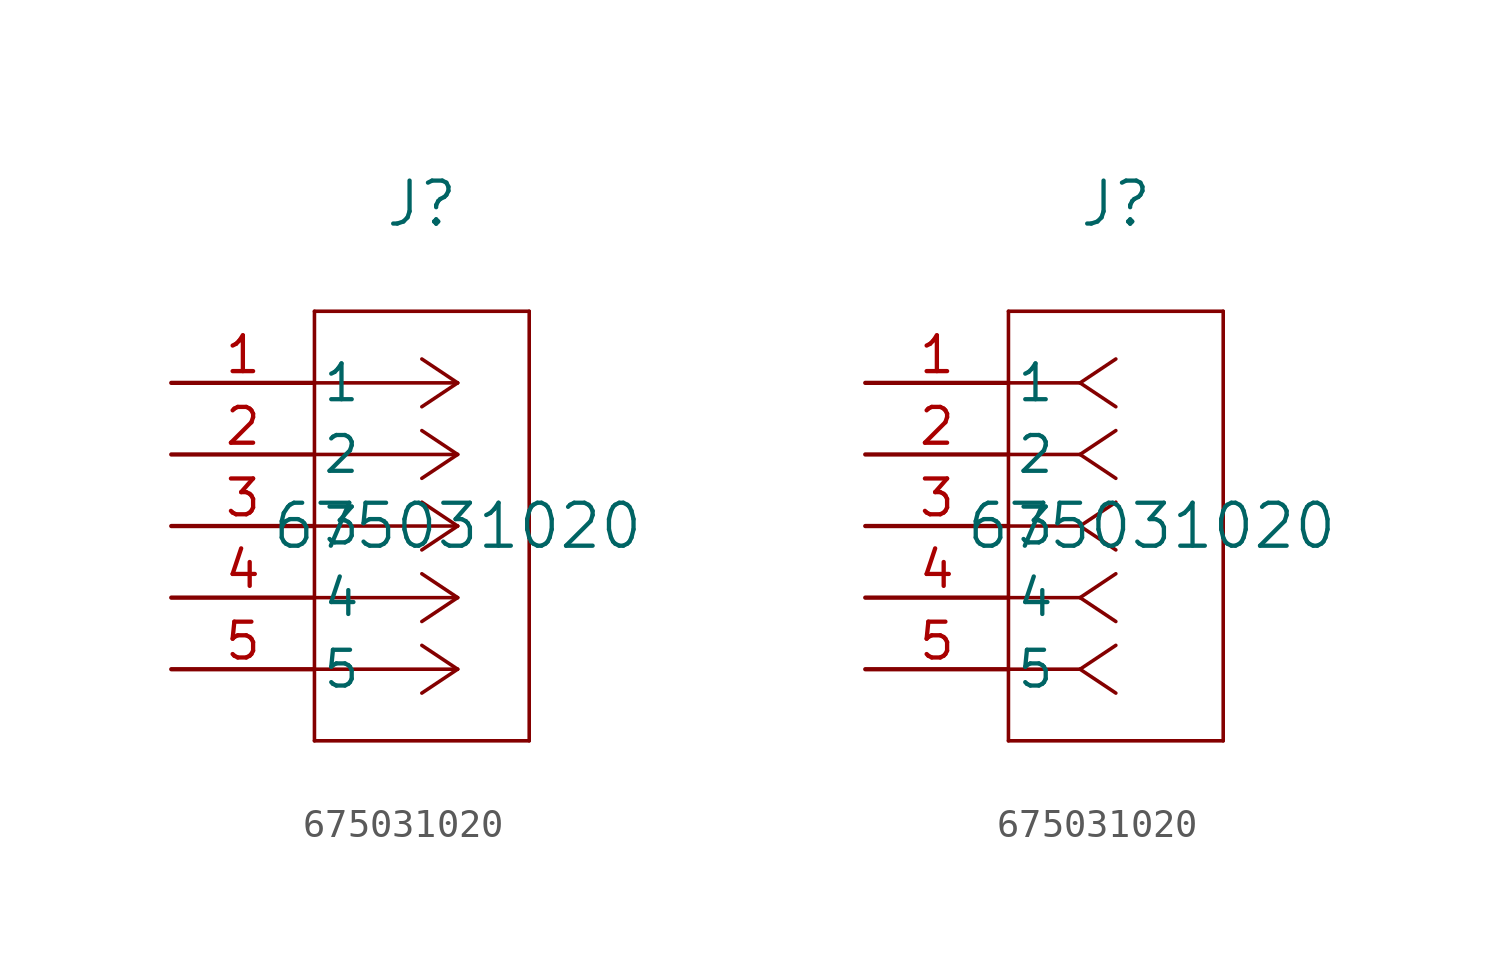
<source format=kicad_sym>
(kicad_symbol_lib
  (version 20211014)
  (generator kicad_symbol_editor)
  (symbol "675031020"
    (pin_names
      (offset 0.254))
    (property "Reference" "J"
      (at -1.27 11.43 0)
      (effects (font (size 1.524 1.524))))
    (property "Value" "675031020"
      (at 0 0 0)
      (effects (font (size 1.524 1.524))))
    (symbol "675031020_1_1"
      (polyline (pts (xy 0 5.08) (xy -5.08 5.08)) (stroke (width 0.127) (type default) (color 0 0 0 0)) (fill (type none)))
      (polyline (pts (xy 0 2.54) (xy -5.08 2.54)) (stroke (width 0.127) (type default) (color 0 0 0 0)) (fill (type none)))
      (polyline (pts (xy 0 0) (xy -5.08 0)) (stroke (width 0.127) (type default) (color 0 0 0 0)) (fill (type none)))
      (polyline (pts (xy 0 -2.54) (xy -5.08 -2.54)) (stroke (width 0.127) (type default) (color 0 0 0 0)) (fill (type none)))
      (polyline (pts (xy 0 -5.08) (xy -5.08 -5.08)) (stroke (width 0.127) (type default) (color 0 0 0 0)) (fill (type none)))
      (polyline (pts (xy 0 5.08) (xy -1.27 5.927)) (stroke (width 0.127) (type default) (color 0 0 0 0)) (fill (type none)))
      (polyline (pts (xy 0 2.54) (xy -1.27 3.387)) (stroke (width 0.127) (type default) (color 0 0 0 0)) (fill (type none)))
      (polyline (pts (xy 0 0) (xy -1.27 0.847)) (stroke (width 0.127) (type default) (color 0 0 0 0)) (fill (type none)))
      (polyline (pts (xy 0 -2.54) (xy -1.27 -1.693)) (stroke (width 0.127) (type default) (color 0 0 0 0)) (fill (type none)))
      (polyline (pts (xy 0 -5.08) (xy -1.27 -4.233)) (stroke (width 0.127) (type default) (color 0 0 0 0)) (fill (type none)))
      (polyline (pts (xy 0 5.08) (xy -1.27 4.233)) (stroke (width 0.127) (type default) (color 0 0 0 0)) (fill (type none)))
      (polyline (pts (xy 0 2.54) (xy -1.27 1.693)) (stroke (width 0.127) (type default) (color 0 0 0 0)) (fill (type none)))
      (polyline (pts (xy 0 0) (xy -1.27 -0.847)) (stroke (width 0.127) (type default) (color 0 0 0 0)) (fill (type none)))
      (polyline (pts (xy 0 -2.54) (xy -1.27 -3.387)) (stroke (width 0.127) (type default) (color 0 0 0 0)) (fill (type none)))
      (polyline (pts (xy 0 -5.08) (xy -1.27 -5.927)) (stroke (width 0.127) (type default) (color 0 0 0 0)) (fill (type none)))
      (polyline (pts (xy -5.08 7.62) (xy -5.08 -7.62)) (stroke (width 0.127) (type default) (color 0 0 0 0)) (fill (type none)))
      (polyline (pts (xy -5.08 -7.62) (xy 2.54 -7.62)) (stroke (width 0.127) (type default) (color 0 0 0 0)) (fill (type none)))
      (polyline (pts (xy 2.54 -7.62) (xy 2.54 7.62)) (stroke (width 0.127) (type default) (color 0 0 0 0)) (fill (type none)))
      (polyline (pts (xy 2.54 7.62) (xy -5.08 7.62)) (stroke (width 0.127) (type default) (color 0 0 0 0)) (fill (type none)))
      (pin unspecified line (at -10.16 5.08 0) (length 5.08) (name "1" (effects (font (size 1.27 1.27)))) (number "1" (effects (font (size 1.27 1.27)))))
      (pin unspecified line (at -10.16 2.54 0) (length 5.08) (name "2" (effects (font (size 1.27 1.27)))) (number "2" (effects (font (size 1.27 1.27)))))
      (pin unspecified line (at -10.16 0 0) (length 5.08) (name "3" (effects (font (size 1.27 1.27)))) (number "3" (effects (font (size 1.27 1.27)))))
      (pin unspecified line (at -10.16 -2.54 0) (length 5.08) (name "4" (effects (font (size 1.27 1.27)))) (number "4" (effects (font (size 1.27 1.27)))))
      (pin power_out line (at -10.16 -5.08 0) (length 5.08) (name "5" (effects (font (size 1.27 1.27)))) (number "5" (effects (font (size 1.27 1.27))))))
    (symbol "675031020_1_2"
      (polyline (pts (xy -2.54 5.08) (xy -5.08 5.08)) (stroke (width 0.127) (type default) (color 0 0 0 0)) (fill (type none)))
      (polyline (pts (xy -2.54 2.54) (xy -5.08 2.54)) (stroke (width 0.127) (type default) (color 0 0 0 0)) (fill (type none)))
      (polyline (pts (xy -2.54 0) (xy -5.08 0)) (stroke (width 0.127) (type default) (color 0 0 0 0)) (fill (type none)))
      (polyline (pts (xy -2.54 -2.54) (xy -5.08 -2.54)) (stroke (width 0.127) (type default) (color 0 0 0 0)) (fill (type none)))
      (polyline (pts (xy -2.54 -5.08) (xy -5.08 -5.08)) (stroke (width 0.127) (type default) (color 0 0 0 0)) (fill (type none)))
      (polyline (pts (xy -2.54 5.08) (xy -1.27 5.927)) (stroke (width 0.127) (type default) (color 0 0 0 0)) (fill (type none)))
      (polyline (pts (xy -2.54 2.54) (xy -1.27 3.387)) (stroke (width 0.127) (type default) (color 0 0 0 0)) (fill (type none)))
      (polyline (pts (xy -2.54 0) (xy -1.27 0.847)) (stroke (width 0.127) (type default) (color 0 0 0 0)) (fill (type none)))
      (polyline (pts (xy -2.54 -2.54) (xy -1.27 -1.693)) (stroke (width 0.127) (type default) (color 0 0 0 0)) (fill (type none)))
      (polyline (pts (xy -2.54 -5.08) (xy -1.27 -4.233)) (stroke (width 0.127) (type default) (color 0 0 0 0)) (fill (type none)))
      (polyline (pts (xy -2.54 5.08) (xy -1.27 4.233)) (stroke (width 0.127) (type default) (color 0 0 0 0)) (fill (type none)))
      (polyline (pts (xy -2.54 2.54) (xy -1.27 1.693)) (stroke (width 0.127) (type default) (color 0 0 0 0)) (fill (type none)))
      (polyline (pts (xy -2.54 0) (xy -1.27 -0.847)) (stroke (width 0.127) (type default) (color 0 0 0 0)) (fill (type none)))
      (polyline (pts (xy -2.54 -2.54) (xy -1.27 -3.387)) (stroke (width 0.127) (type default) (color 0 0 0 0)) (fill (type none)))
      (polyline (pts (xy -2.54 -5.08) (xy -1.27 -5.927)) (stroke (width 0.127) (type default) (color 0 0 0 0)) (fill (type none)))
      (polyline (pts (xy -5.08 7.62) (xy -5.08 -7.62)) (stroke (width 0.127) (type default) (color 0 0 0 0)) (fill (type none)))
      (polyline (pts (xy -5.08 -7.62) (xy 2.54 -7.62)) (stroke (width 0.127) (type default) (color 0 0 0 0)) (fill (type none)))
      (polyline (pts (xy 2.54 -7.62) (xy 2.54 7.62)) (stroke (width 0.127) (type default) (color 0 0 0 0)) (fill (type none)))
      (polyline (pts (xy 2.54 7.62) (xy -5.08 7.62)) (stroke (width 0.127) (type default) (color 0 0 0 0)) (fill (type none)))
      (pin unspecified line (at -10.16 5.08 0) (length 5.08) (name "1" (effects (font (size 1.27 1.27)))) (number "1" (effects (font (size 1.27 1.27)))))
      (pin unspecified line (at -10.16 2.54 0) (length 5.08) (name "2" (effects (font (size 1.27 1.27)))) (number "2" (effects (font (size 1.27 1.27)))))
      (pin unspecified line (at -10.16 0 0) (length 5.08) (name "3" (effects (font (size 1.27 1.27)))) (number "3" (effects (font (size 1.27 1.27)))))
      (pin unspecified line (at -10.16 -2.54 0) (length 5.08) (name "4" (effects (font (size 1.27 1.27)))) (number "4" (effects (font (size 1.27 1.27)))))
      (pin power_out line (at -10.16 -5.08 0) (length 5.08) (name "5" (effects (font (size 1.27 1.27)))) (number "5" (effects (font (size 1.27 1.27))))))))
</source>
